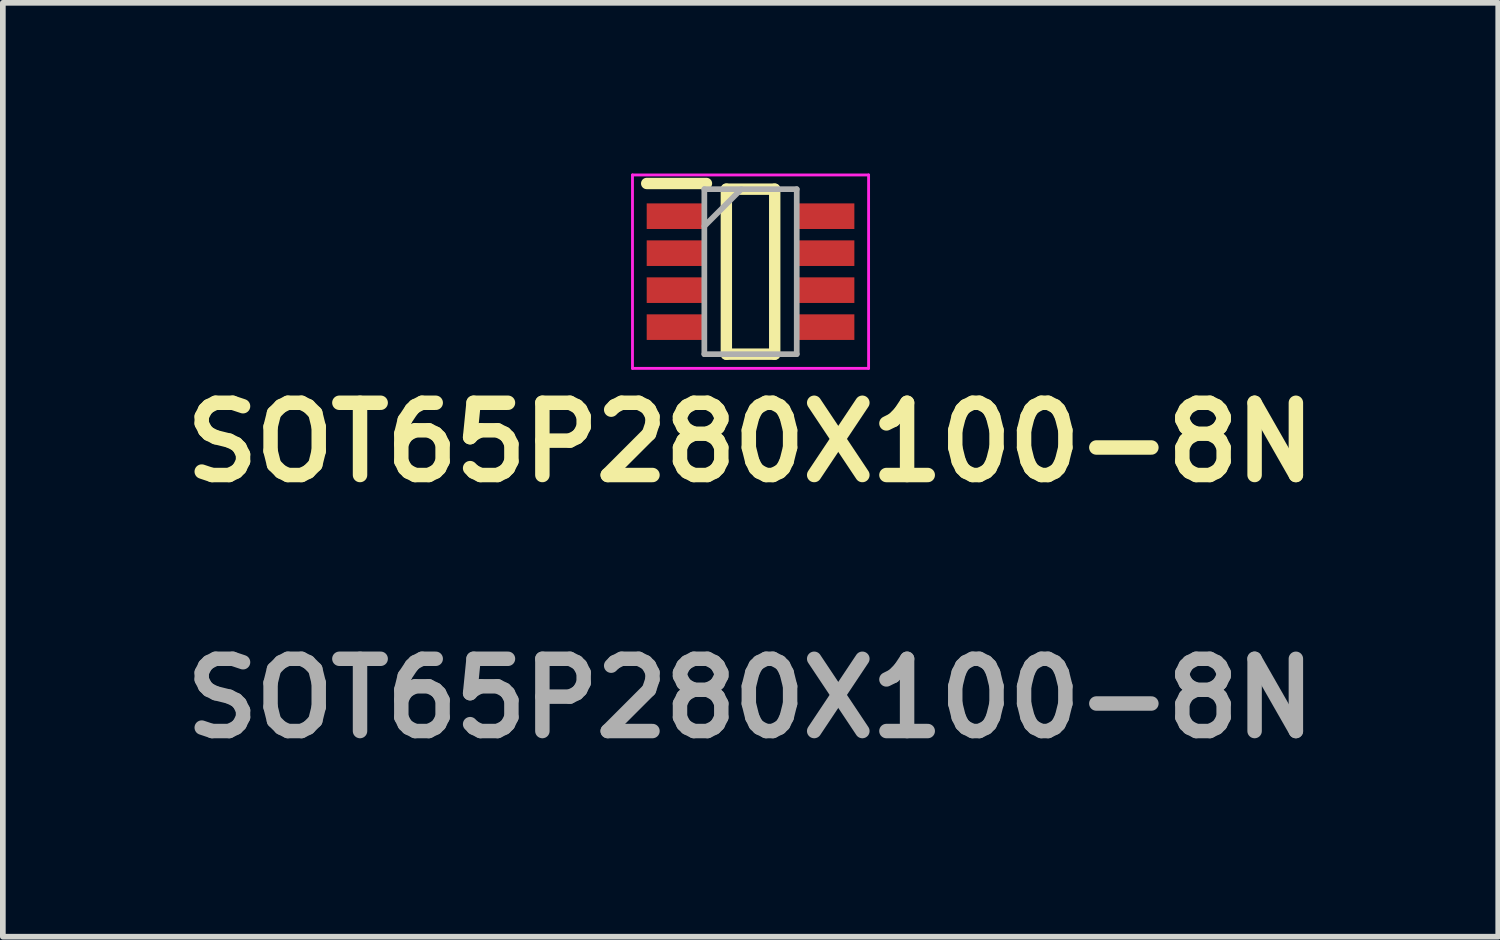
<source format=kicad_pcb>
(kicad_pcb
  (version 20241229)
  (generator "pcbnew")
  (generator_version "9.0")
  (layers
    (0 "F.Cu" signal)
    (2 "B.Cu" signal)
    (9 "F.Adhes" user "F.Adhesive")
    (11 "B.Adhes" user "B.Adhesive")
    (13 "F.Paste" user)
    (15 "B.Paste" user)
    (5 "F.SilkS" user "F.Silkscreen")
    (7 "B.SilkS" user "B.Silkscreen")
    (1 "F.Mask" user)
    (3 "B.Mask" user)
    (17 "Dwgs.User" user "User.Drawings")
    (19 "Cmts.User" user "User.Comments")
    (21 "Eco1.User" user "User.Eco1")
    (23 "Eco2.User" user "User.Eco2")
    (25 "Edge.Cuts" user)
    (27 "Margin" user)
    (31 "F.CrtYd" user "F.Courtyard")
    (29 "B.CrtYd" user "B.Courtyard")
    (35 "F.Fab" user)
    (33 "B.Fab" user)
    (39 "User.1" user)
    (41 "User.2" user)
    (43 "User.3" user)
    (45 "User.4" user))
  (footprint "SOT65P280X100-8N"
    (layer "F.Cu")
    (at 10.142 1.725)
    (property "Reference" "SOT65P280X100-8N" (at 0 3 0) (layer "F.SilkS") (effects (font (size 1.27 1.27) (thickness 0.254))))
    (attr smd)
    (fp_line (start -1.825 -1.55) (end -0.775 -1.55) (stroke (width 0.2) (type solid)) (layer "F.SilkS"))
    (fp_line (start -0.425 -1.45) (end 0.425 -1.45) (stroke (width 0.2) (type solid)) (layer "F.SilkS"))
    (fp_line (start -0.425 1.45) (end -0.425 -1.45) (stroke (width 0.2) (type solid)) (layer "F.SilkS"))
    (fp_line (start 0.425 -1.45) (end 0.425 1.45) (stroke (width 0.2) (type solid)) (layer "F.SilkS"))
    (fp_line (start 0.425 1.45) (end -0.425 1.45) (stroke (width 0.2) (type solid)) (layer "F.SilkS"))
    (fp_line (start -2.075 -1.7) (end 2.075 -1.7) (stroke (width 0.05) (type solid)) (layer "F.CrtYd"))
    (fp_line (start -2.075 1.7) (end -2.075 -1.7) (stroke (width 0.05) (type solid)) (layer "F.CrtYd"))
    (fp_line (start 2.075 -1.7) (end 2.075 1.7) (stroke (width 0.05) (type solid)) (layer "F.CrtYd"))
    (fp_line (start 2.075 1.7) (end -2.075 1.7) (stroke (width 0.05) (type solid)) (layer "F.CrtYd"))
    (fp_line (start -0.812 -1.45) (end 0.812 -1.45) (stroke (width 0.1) (type solid)) (layer "F.Fab"))
    (fp_line (start -0.812 -0.8) (end -0.162 -1.45) (stroke (width 0.1) (type solid)) (layer "F.Fab"))
    (fp_line (start -0.812 1.45) (end -0.812 -1.45) (stroke (width 0.1) (type solid)) (layer "F.Fab"))
    (fp_line (start 0.812 -1.45) (end 0.812 1.45) (stroke (width 0.1) (type solid)) (layer "F.Fab"))
    (fp_line (start 0.812 1.45) (end -0.812 1.45) (stroke (width 0.1) (type solid)) (layer "F.Fab"))
    (fp_text user "${REFERENCE}" (at 0 7.5 0) (layer "F.Fab") (effects (font (size 1.27 1.27) (thickness 0.254))))
    (pad "1" smd rect (at -1.3 -0.975 90) (size 0.45 1.05) (layers "F.Cu" "F.Mask" "F.Paste"))
    (pad "2" smd rect (at -1.3 -0.325 90) (size 0.45 1.05) (layers "F.Cu" "F.Mask" "F.Paste"))
    (pad "3" smd rect (at -1.3 0.325 90) (size 0.45 1.05) (layers "F.Cu" "F.Mask" "F.Paste"))
    (pad "4" smd rect (at -1.3 0.975 90) (size 0.45 1.05) (layers "F.Cu" "F.Mask" "F.Paste"))
    (pad "5" smd rect (at 1.3 0.975 90) (size 0.45 1.05) (layers "F.Cu" "F.Mask" "F.Paste"))
    (pad "6" smd rect (at 1.3 0.325 90) (size 0.45 1.05) (layers "F.Cu" "F.Mask" "F.Paste"))
    (pad "7" smd rect (at 1.3 -0.325 90) (size 0.45 1.05) (layers "F.Cu" "F.Mask" "F.Paste"))
    (pad "8" smd rect (at 1.3 -0.975 90) (size 0.45 1.05) (layers "F.Cu" "F.Mask" "F.Paste")))
  (gr_rect
    (start -3 -3)
    (end 23.284 13.414)
    (stroke (width 0.1) (type default))
    (fill no)
    (layer "Edge.Cuts")))
</source>
